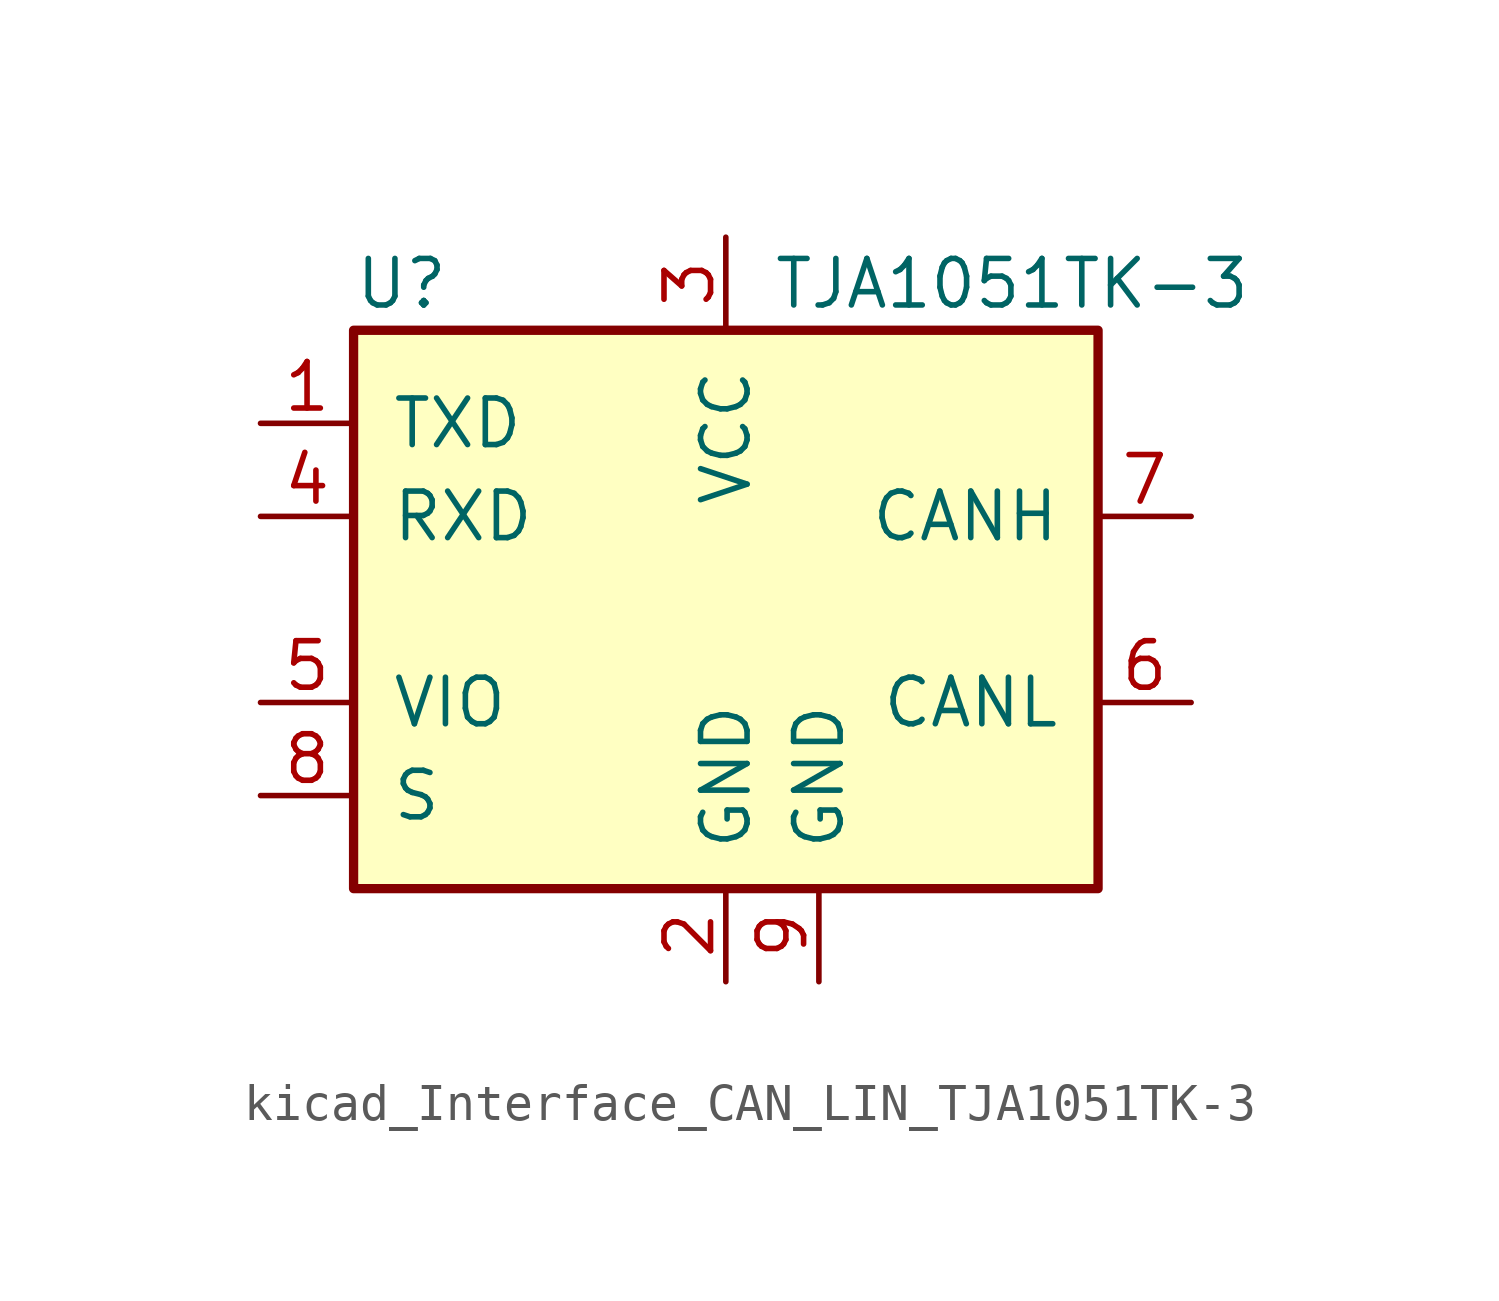
<source format=kicad_sym>
(kicad_symbol_lib
  (version 20220914)
  (generator kicad_symbol_editor)
  (symbol "kicad_Interface_CAN_LIN_TJA1051TK-3"
    (pin_names
      (offset 1.016))
    (property "Reference" "U"
      (at -10.16 8.89 0)
      (effects (font (size 1.27 1.27)) (justify left)))
    (property "Value" "TJA1051TK-3"
      (at 1.27 8.89 0)
      (effects (font (size 1.27 1.27)) (justify left)))
    (symbol "kicad_Interface_CAN_LIN_TJA1051TK-3_0_1"
      (rectangle (start -10.16 7.62) (end 10.16 -7.62) (stroke (width 0.254) (type default)) (fill (type background))))
    (symbol "kicad_Interface_CAN_LIN_TJA1051TK-3_1_1"
      (pin input line (at -12.7 5.08 0) (length 2.54) (name "TXD" (effects (font (size 1.27 1.27)))) (number "1" (effects (font (size 1.27 1.27)))))
      (pin power_in line (at 0 -10.16 90) (length 2.54) (name "GND" (effects (font (size 1.27 1.27)))) (number "2" (effects (font (size 1.27 1.27)))))
      (pin power_in line (at 0 10.16 270) (length 2.54) (name "VCC" (effects (font (size 1.27 1.27)))) (number "3" (effects (font (size 1.27 1.27)))))
      (pin output line (at -12.7 2.54 0) (length 2.54) (name "RXD" (effects (font (size 1.27 1.27)))) (number "4" (effects (font (size 1.27 1.27)))))
      (pin power_in line (at -12.7 -2.54 0) (length 2.54) (name "VIO" (effects (font (size 1.27 1.27)))) (number "5" (effects (font (size 1.27 1.27)))))
      (pin bidirectional line (at 12.7 -2.54 180) (length 2.54) (name "CANL" (effects (font (size 1.27 1.27)))) (number "6" (effects (font (size 1.27 1.27)))))
      (pin bidirectional line (at 12.7 2.54 180) (length 2.54) (name "CANH" (effects (font (size 1.27 1.27)))) (number "7" (effects (font (size 1.27 1.27)))))
      (pin input line (at -12.7 -5.08 0) (length 2.54) (name "S" (effects (font (size 1.27 1.27)))) (number "8" (effects (font (size 1.27 1.27)))))
      (pin power_in line (at 2.54 -10.16 90) (length 2.54) (name "GND" (effects (font (size 1.27 1.27)))) (number "9" (effects (font (size 1.27 1.27))))))))
</source>
